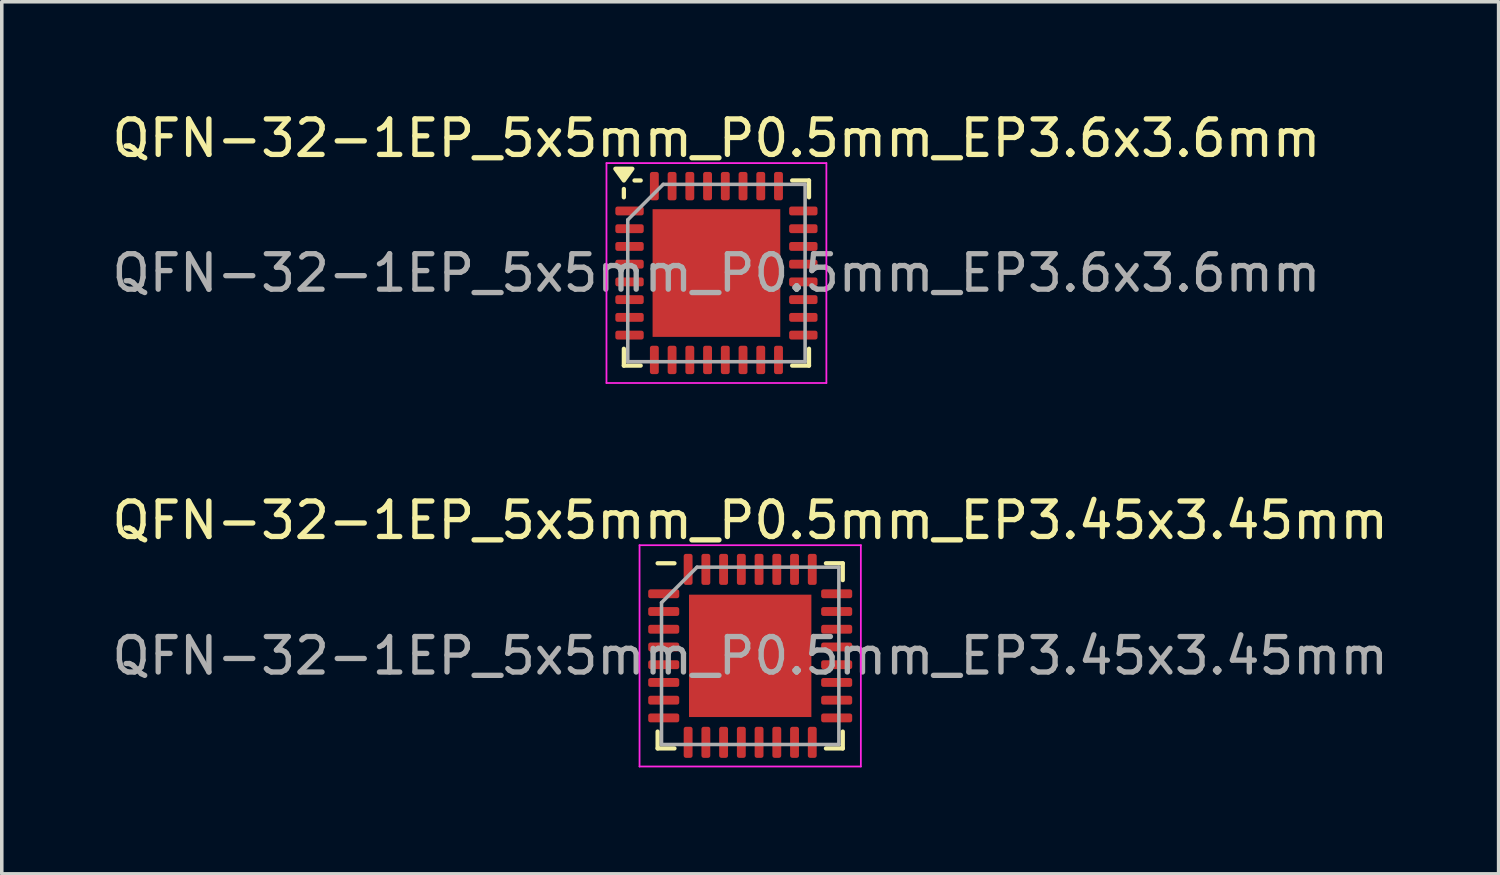
<source format=kicad_pcb>
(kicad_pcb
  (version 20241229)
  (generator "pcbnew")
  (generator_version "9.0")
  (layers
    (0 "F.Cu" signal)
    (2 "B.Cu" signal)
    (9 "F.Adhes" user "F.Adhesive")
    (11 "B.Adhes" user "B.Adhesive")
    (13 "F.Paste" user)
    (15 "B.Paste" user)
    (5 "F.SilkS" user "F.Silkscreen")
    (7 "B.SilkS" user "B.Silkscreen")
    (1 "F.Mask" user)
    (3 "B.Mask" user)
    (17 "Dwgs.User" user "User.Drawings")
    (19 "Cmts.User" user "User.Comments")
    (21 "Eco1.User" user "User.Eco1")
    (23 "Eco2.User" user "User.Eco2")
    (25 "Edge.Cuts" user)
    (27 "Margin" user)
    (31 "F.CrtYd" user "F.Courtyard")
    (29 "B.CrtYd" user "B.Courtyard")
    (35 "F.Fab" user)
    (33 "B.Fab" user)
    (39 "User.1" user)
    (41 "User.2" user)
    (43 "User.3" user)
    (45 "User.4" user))
  (footprint "QFN-32-1EP_5x5mm_P0.5mm_EP3.6x3.6mm"
    (layer "F.Cu")
    (at 17.149 4.648)
    (property "Reference" "QFN-32-1EP_5x5mm_P0.5mm_EP3.6x3.6mm" (at 0 -3.8 0) (layer "F.SilkS") (effects (font (size 1 1) (thickness 0.15))))
    (attr smd)
    (fp_line (start -2.61 -2.135) (end -2.61 -2.37) (stroke (width 0.12) (type solid)) (layer "F.SilkS"))
    (fp_line (start -2.61 2.61) (end -2.61 2.135) (stroke (width 0.12) (type solid)) (layer "F.SilkS"))
    (fp_line (start -2.135 -2.61) (end -2.31 -2.61) (stroke (width 0.12) (type solid)) (layer "F.SilkS"))
    (fp_line (start -2.135 2.61) (end -2.61 2.61) (stroke (width 0.12) (type solid)) (layer "F.SilkS"))
    (fp_line (start 2.135 -2.61) (end 2.61 -2.61) (stroke (width 0.12) (type solid)) (layer "F.SilkS"))
    (fp_line (start 2.135 2.61) (end 2.61 2.61) (stroke (width 0.12) (type solid)) (layer "F.SilkS"))
    (fp_line (start 2.61 -2.61) (end 2.61 -2.135) (stroke (width 0.12) (type solid)) (layer "F.SilkS"))
    (fp_line (start 2.61 2.61) (end 2.61 2.135) (stroke (width 0.12) (type solid)) (layer "F.SilkS"))
    (fp_poly (pts (xy -2.61 -2.61) (xy -2.85 -2.94) (xy -2.37 -2.94) (xy -2.61 -2.61)) (stroke (width 0.12) (type solid)) (fill yes) (layer "F.SilkS"))
    (fp_line (start -3.1 -3.1) (end -3.1 3.1) (stroke (width 0.05) (type solid)) (layer "F.CrtYd"))
    (fp_line (start -3.1 3.1) (end 3.1 3.1) (stroke (width 0.05) (type solid)) (layer "F.CrtYd"))
    (fp_line (start 3.1 -3.1) (end -3.1 -3.1) (stroke (width 0.05) (type solid)) (layer "F.CrtYd"))
    (fp_line (start 3.1 3.1) (end 3.1 -3.1) (stroke (width 0.05) (type solid)) (layer "F.CrtYd"))
    (fp_line (start -2.5 -1.5) (end -1.5 -2.5) (stroke (width 0.1) (type solid)) (layer "F.Fab"))
    (fp_line (start -2.5 2.5) (end -2.5 -1.5) (stroke (width 0.1) (type solid)) (layer "F.Fab"))
    (fp_line (start -1.5 -2.5) (end 2.5 -2.5) (stroke (width 0.1) (type solid)) (layer "F.Fab"))
    (fp_line (start 2.5 -2.5) (end 2.5 2.5) (stroke (width 0.1) (type solid)) (layer "F.Fab"))
    (fp_line (start 2.5 2.5) (end -2.5 2.5) (stroke (width 0.1) (type solid)) (layer "F.Fab"))
    (fp_text user "${REFERENCE}" (at 0 0 0) (layer "F.Fab") (effects (font (size 1 1) (thickness 0.15))))
    (pad "" smd roundrect (at -1.2 -1.2) (size 0.97 0.97) (layers "F.Paste") (roundrect_rratio 0.25))
    (pad "" smd roundrect (at -1.2 0) (size 0.97 0.97) (layers "F.Paste") (roundrect_rratio 0.25))
    (pad "" smd roundrect (at -1.2 1.2) (size 0.97 0.97) (layers "F.Paste") (roundrect_rratio 0.25))
    (pad "" smd roundrect (at 0 -1.2) (size 0.97 0.97) (layers "F.Paste") (roundrect_rratio 0.25))
    (pad "" smd roundrect (at 0 0) (size 0.97 0.97) (layers "F.Paste") (roundrect_rratio 0.25))
    (pad "" smd roundrect (at 0 1.2) (size 0.97 0.97) (layers "F.Paste") (roundrect_rratio 0.25))
    (pad "" smd roundrect (at 1.2 -1.2) (size 0.97 0.97) (layers "F.Paste") (roundrect_rratio 0.25))
    (pad "" smd roundrect (at 1.2 0) (size 0.97 0.97) (layers "F.Paste") (roundrect_rratio 0.25))
    (pad "" smd roundrect (at 1.2 1.2) (size 0.97 0.97) (layers "F.Paste") (roundrect_rratio 0.25))
    (pad "1" smd roundrect (at -2.45 -1.75) (size 0.8 0.25) (layers "F.Cu" "F.Mask" "F.Paste") (roundrect_rratio 0.25))
    (pad "2" smd roundrect (at -2.45 -1.25) (size 0.8 0.25) (layers "F.Cu" "F.Mask" "F.Paste") (roundrect_rratio 0.25))
    (pad "3" smd roundrect (at -2.45 -0.75) (size 0.8 0.25) (layers "F.Cu" "F.Mask" "F.Paste") (roundrect_rratio 0.25))
    (pad "4" smd roundrect (at -2.45 -0.25) (size 0.8 0.25) (layers "F.Cu" "F.Mask" "F.Paste") (roundrect_rratio 0.25))
    (pad "5" smd roundrect (at -2.45 0.25) (size 0.8 0.25) (layers "F.Cu" "F.Mask" "F.Paste") (roundrect_rratio 0.25))
    (pad "6" smd roundrect (at -2.45 0.75) (size 0.8 0.25) (layers "F.Cu" "F.Mask" "F.Paste") (roundrect_rratio 0.25))
    (pad "7" smd roundrect (at -2.45 1.25) (size 0.8 0.25) (layers "F.Cu" "F.Mask" "F.Paste") (roundrect_rratio 0.25))
    (pad "8" smd roundrect (at -2.45 1.75) (size 0.8 0.25) (layers "F.Cu" "F.Mask" "F.Paste") (roundrect_rratio 0.25))
    (pad "9" smd roundrect (at -1.75 2.45) (size 0.25 0.8) (layers "F.Cu" "F.Mask" "F.Paste") (roundrect_rratio 0.25))
    (pad "10" smd roundrect (at -1.25 2.45) (size 0.25 0.8) (layers "F.Cu" "F.Mask" "F.Paste") (roundrect_rratio 0.25))
    (pad "11" smd roundrect (at -0.75 2.45) (size 0.25 0.8) (layers "F.Cu" "F.Mask" "F.Paste") (roundrect_rratio 0.25))
    (pad "12" smd roundrect (at -0.25 2.45) (size 0.25 0.8) (layers "F.Cu" "F.Mask" "F.Paste") (roundrect_rratio 0.25))
    (pad "13" smd roundrect (at 0.25 2.45) (size 0.25 0.8) (layers "F.Cu" "F.Mask" "F.Paste") (roundrect_rratio 0.25))
    (pad "14" smd roundrect (at 0.75 2.45) (size 0.25 0.8) (layers "F.Cu" "F.Mask" "F.Paste") (roundrect_rratio 0.25))
    (pad "15" smd roundrect (at 1.25 2.45) (size 0.25 0.8) (layers "F.Cu" "F.Mask" "F.Paste") (roundrect_rratio 0.25))
    (pad "16" smd roundrect (at 1.75 2.45) (size 0.25 0.8) (layers "F.Cu" "F.Mask" "F.Paste") (roundrect_rratio 0.25))
    (pad "17" smd roundrect (at 2.45 1.75) (size 0.8 0.25) (layers "F.Cu" "F.Mask" "F.Paste") (roundrect_rratio 0.25))
    (pad "18" smd roundrect (at 2.45 1.25) (size 0.8 0.25) (layers "F.Cu" "F.Mask" "F.Paste") (roundrect_rratio 0.25))
    (pad "19" smd roundrect (at 2.45 0.75) (size 0.8 0.25) (layers "F.Cu" "F.Mask" "F.Paste") (roundrect_rratio 0.25))
    (pad "20" smd roundrect (at 2.45 0.25) (size 0.8 0.25) (layers "F.Cu" "F.Mask" "F.Paste") (roundrect_rratio 0.25))
    (pad "21" smd roundrect (at 2.45 -0.25) (size 0.8 0.25) (layers "F.Cu" "F.Mask" "F.Paste") (roundrect_rratio 0.25))
    (pad "22" smd roundrect (at 2.45 -0.75) (size 0.8 0.25) (layers "F.Cu" "F.Mask" "F.Paste") (roundrect_rratio 0.25))
    (pad "23" smd roundrect (at 2.45 -1.25) (size 0.8 0.25) (layers "F.Cu" "F.Mask" "F.Paste") (roundrect_rratio 0.25))
    (pad "24" smd roundrect (at 2.45 -1.75) (size 0.8 0.25) (layers "F.Cu" "F.Mask" "F.Paste") (roundrect_rratio 0.25))
    (pad "25" smd roundrect (at 1.75 -2.45) (size 0.25 0.8) (layers "F.Cu" "F.Mask" "F.Paste") (roundrect_rratio 0.25))
    (pad "26" smd roundrect (at 1.25 -2.45) (size 0.25 0.8) (layers "F.Cu" "F.Mask" "F.Paste") (roundrect_rratio 0.25))
    (pad "27" smd roundrect (at 0.75 -2.45) (size 0.25 0.8) (layers "F.Cu" "F.Mask" "F.Paste") (roundrect_rratio 0.25))
    (pad "28" smd roundrect (at 0.25 -2.45) (size 0.25 0.8) (layers "F.Cu" "F.Mask" "F.Paste") (roundrect_rratio 0.25))
    (pad "29" smd roundrect (at -0.25 -2.45) (size 0.25 0.8) (layers "F.Cu" "F.Mask" "F.Paste") (roundrect_rratio 0.25))
    (pad "30" smd roundrect (at -0.75 -2.45) (size 0.25 0.8) (layers "F.Cu" "F.Mask" "F.Paste") (roundrect_rratio 0.25))
    (pad "31" smd roundrect (at -1.25 -2.45) (size 0.25 0.8) (layers "F.Cu" "F.Mask" "F.Paste") (roundrect_rratio 0.25))
    (pad "32" smd roundrect (at -1.75 -2.45) (size 0.25 0.8) (layers "F.Cu" "F.Mask" "F.Paste") (roundrect_rratio 0.25))
    (pad "33" smd rect (at 0 0) (size 3.6 3.6) (property pad_prop_heatsink) (layers "F.Cu" "F.Mask")))
  (footprint "QFN-32-1EP_5x5mm_P0.5mm_EP3.45x3.45mm"
    (layer "F.Cu")
    (at 18.101 15.441)
    (property "Reference" "QFN-32-1EP_5x5mm_P0.5mm_EP3.45x3.45mm" (at 0 -3.82 0) (layer "F.SilkS") (effects (font (size 1 1) (thickness 0.15))))
    (attr smd)
    (fp_line (start -2.61 2.61) (end -2.61 2.135) (stroke (width 0.12) (type solid)) (layer "F.SilkS"))
    (fp_line (start -2.135 -2.61) (end -2.61 -2.61) (stroke (width 0.12) (type solid)) (layer "F.SilkS"))
    (fp_line (start -2.135 2.61) (end -2.61 2.61) (stroke (width 0.12) (type solid)) (layer "F.SilkS"))
    (fp_line (start 2.135 -2.61) (end 2.61 -2.61) (stroke (width 0.12) (type solid)) (layer "F.SilkS"))
    (fp_line (start 2.135 2.61) (end 2.61 2.61) (stroke (width 0.12) (type solid)) (layer "F.SilkS"))
    (fp_line (start 2.61 -2.61) (end 2.61 -2.135) (stroke (width 0.12) (type solid)) (layer "F.SilkS"))
    (fp_line (start 2.61 2.61) (end 2.61 2.135) (stroke (width 0.12) (type solid)) (layer "F.SilkS"))
    (fp_line (start -3.12 -3.12) (end -3.12 3.12) (stroke (width 0.05) (type solid)) (layer "F.CrtYd"))
    (fp_line (start -3.12 3.12) (end 3.12 3.12) (stroke (width 0.05) (type solid)) (layer "F.CrtYd"))
    (fp_line (start 3.12 -3.12) (end -3.12 -3.12) (stroke (width 0.05) (type solid)) (layer "F.CrtYd"))
    (fp_line (start 3.12 3.12) (end 3.12 -3.12) (stroke (width 0.05) (type solid)) (layer "F.CrtYd"))
    (fp_line (start -2.5 -1.5) (end -1.5 -2.5) (stroke (width 0.1) (type solid)) (layer "F.Fab"))
    (fp_line (start -2.5 2.5) (end -2.5 -1.5) (stroke (width 0.1) (type solid)) (layer "F.Fab"))
    (fp_line (start -1.5 -2.5) (end 2.5 -2.5) (stroke (width 0.1) (type solid)) (layer "F.Fab"))
    (fp_line (start 2.5 -2.5) (end 2.5 2.5) (stroke (width 0.1) (type solid)) (layer "F.Fab"))
    (fp_line (start 2.5 2.5) (end -2.5 2.5) (stroke (width 0.1) (type solid)) (layer "F.Fab"))
    (fp_text user "${REFERENCE}" (at 0 0 0) (layer "F.Fab") (effects (font (size 1 1) (thickness 0.15))))
    (pad "" smd roundrect (at -1.15 -1.15) (size 0.93 0.93) (layers "F.Paste") (roundrect_rratio 0.25))
    (pad "" smd roundrect (at -1.15 0) (size 0.93 0.93) (layers "F.Paste") (roundrect_rratio 0.25))
    (pad "" smd roundrect (at -1.15 1.15) (size 0.93 0.93) (layers "F.Paste") (roundrect_rratio 0.25))
    (pad "" smd roundrect (at 0 -1.15) (size 0.93 0.93) (layers "F.Paste") (roundrect_rratio 0.25))
    (pad "" smd roundrect (at 0 0) (size 0.93 0.93) (layers "F.Paste") (roundrect_rratio 0.25))
    (pad "" smd roundrect (at 0 1.15) (size 0.93 0.93) (layers "F.Paste") (roundrect_rratio 0.25))
    (pad "" smd roundrect (at 1.15 -1.15) (size 0.93 0.93) (layers "F.Paste") (roundrect_rratio 0.25))
    (pad "" smd roundrect (at 1.15 0) (size 0.93 0.93) (layers "F.Paste") (roundrect_rratio 0.25))
    (pad "" smd roundrect (at 1.15 1.15) (size 0.93 0.93) (layers "F.Paste") (roundrect_rratio 0.25))
    (pad "1" smd roundrect (at -2.438 -1.75) (size 0.875 0.25) (layers "F.Cu" "F.Mask" "F.Paste") (roundrect_rratio 0.25))
    (pad "2" smd roundrect (at -2.438 -1.25) (size 0.875 0.25) (layers "F.Cu" "F.Mask" "F.Paste") (roundrect_rratio 0.25))
    (pad "3" smd roundrect (at -2.438 -0.75) (size 0.875 0.25) (layers "F.Cu" "F.Mask" "F.Paste") (roundrect_rratio 0.25))
    (pad "4" smd roundrect (at -2.438 -0.25) (size 0.875 0.25) (layers "F.Cu" "F.Mask" "F.Paste") (roundrect_rratio 0.25))
    (pad "5" smd roundrect (at -2.438 0.25) (size 0.875 0.25) (layers "F.Cu" "F.Mask" "F.Paste") (roundrect_rratio 0.25))
    (pad "6" smd roundrect (at -2.438 0.75) (size 0.875 0.25) (layers "F.Cu" "F.Mask" "F.Paste") (roundrect_rratio 0.25))
    (pad "7" smd roundrect (at -2.438 1.25) (size 0.875 0.25) (layers "F.Cu" "F.Mask" "F.Paste") (roundrect_rratio 0.25))
    (pad "8" smd roundrect (at -2.438 1.75) (size 0.875 0.25) (layers "F.Cu" "F.Mask" "F.Paste") (roundrect_rratio 0.25))
    (pad "9" smd roundrect (at -1.75 2.438) (size 0.25 0.875) (layers "F.Cu" "F.Mask" "F.Paste") (roundrect_rratio 0.25))
    (pad "10" smd roundrect (at -1.25 2.438) (size 0.25 0.875) (layers "F.Cu" "F.Mask" "F.Paste") (roundrect_rratio 0.25))
    (pad "11" smd roundrect (at -0.75 2.438) (size 0.25 0.875) (layers "F.Cu" "F.Mask" "F.Paste") (roundrect_rratio 0.25))
    (pad "12" smd roundrect (at -0.25 2.438) (size 0.25 0.875) (layers "F.Cu" "F.Mask" "F.Paste") (roundrect_rratio 0.25))
    (pad "13" smd roundrect (at 0.25 2.438) (size 0.25 0.875) (layers "F.Cu" "F.Mask" "F.Paste") (roundrect_rratio 0.25))
    (pad "14" smd roundrect (at 0.75 2.438) (size 0.25 0.875) (layers "F.Cu" "F.Mask" "F.Paste") (roundrect_rratio 0.25))
    (pad "15" smd roundrect (at 1.25 2.438) (size 0.25 0.875) (layers "F.Cu" "F.Mask" "F.Paste") (roundrect_rratio 0.25))
    (pad "16" smd roundrect (at 1.75 2.438) (size 0.25 0.875) (layers "F.Cu" "F.Mask" "F.Paste") (roundrect_rratio 0.25))
    (pad "17" smd roundrect (at 2.438 1.75) (size 0.875 0.25) (layers "F.Cu" "F.Mask" "F.Paste") (roundrect_rratio 0.25))
    (pad "18" smd roundrect (at 2.438 1.25) (size 0.875 0.25) (layers "F.Cu" "F.Mask" "F.Paste") (roundrect_rratio 0.25))
    (pad "19" smd roundrect (at 2.438 0.75) (size 0.875 0.25) (layers "F.Cu" "F.Mask" "F.Paste") (roundrect_rratio 0.25))
    (pad "20" smd roundrect (at 2.438 0.25) (size 0.875 0.25) (layers "F.Cu" "F.Mask" "F.Paste") (roundrect_rratio 0.25))
    (pad "21" smd roundrect (at 2.438 -0.25) (size 0.875 0.25) (layers "F.Cu" "F.Mask" "F.Paste") (roundrect_rratio 0.25))
    (pad "22" smd roundrect (at 2.438 -0.75) (size 0.875 0.25) (layers "F.Cu" "F.Mask" "F.Paste") (roundrect_rratio 0.25))
    (pad "23" smd roundrect (at 2.438 -1.25) (size 0.875 0.25) (layers "F.Cu" "F.Mask" "F.Paste") (roundrect_rratio 0.25))
    (pad "24" smd roundrect (at 2.438 -1.75) (size 0.875 0.25) (layers "F.Cu" "F.Mask" "F.Paste") (roundrect_rratio 0.25))
    (pad "25" smd roundrect (at 1.75 -2.438) (size 0.25 0.875) (layers "F.Cu" "F.Mask" "F.Paste") (roundrect_rratio 0.25))
    (pad "26" smd roundrect (at 1.25 -2.438) (size 0.25 0.875) (layers "F.Cu" "F.Mask" "F.Paste") (roundrect_rratio 0.25))
    (pad "27" smd roundrect (at 0.75 -2.438) (size 0.25 0.875) (layers "F.Cu" "F.Mask" "F.Paste") (roundrect_rratio 0.25))
    (pad "28" smd roundrect (at 0.25 -2.438) (size 0.25 0.875) (layers "F.Cu" "F.Mask" "F.Paste") (roundrect_rratio 0.25))
    (pad "29" smd roundrect (at -0.25 -2.438) (size 0.25 0.875) (layers "F.Cu" "F.Mask" "F.Paste") (roundrect_rratio 0.25))
    (pad "30" smd roundrect (at -0.75 -2.438) (size 0.25 0.875) (layers "F.Cu" "F.Mask" "F.Paste") (roundrect_rratio 0.25))
    (pad "31" smd roundrect (at -1.25 -2.438) (size 0.25 0.875) (layers "F.Cu" "F.Mask" "F.Paste") (roundrect_rratio 0.25))
    (pad "32" smd roundrect (at -1.75 -2.438) (size 0.25 0.875) (layers "F.Cu" "F.Mask" "F.Paste") (roundrect_rratio 0.25))
    (pad "33" smd rect (at 0 0) (size 3.45 3.45) (layers "F.Cu" "F.Mask")))
  (gr_rect
    (start -3 -3)
    (end 39.202 21.587)
    (stroke (width 0.1) (type default))
    (fill no)
    (layer "Edge.Cuts")))
</source>
